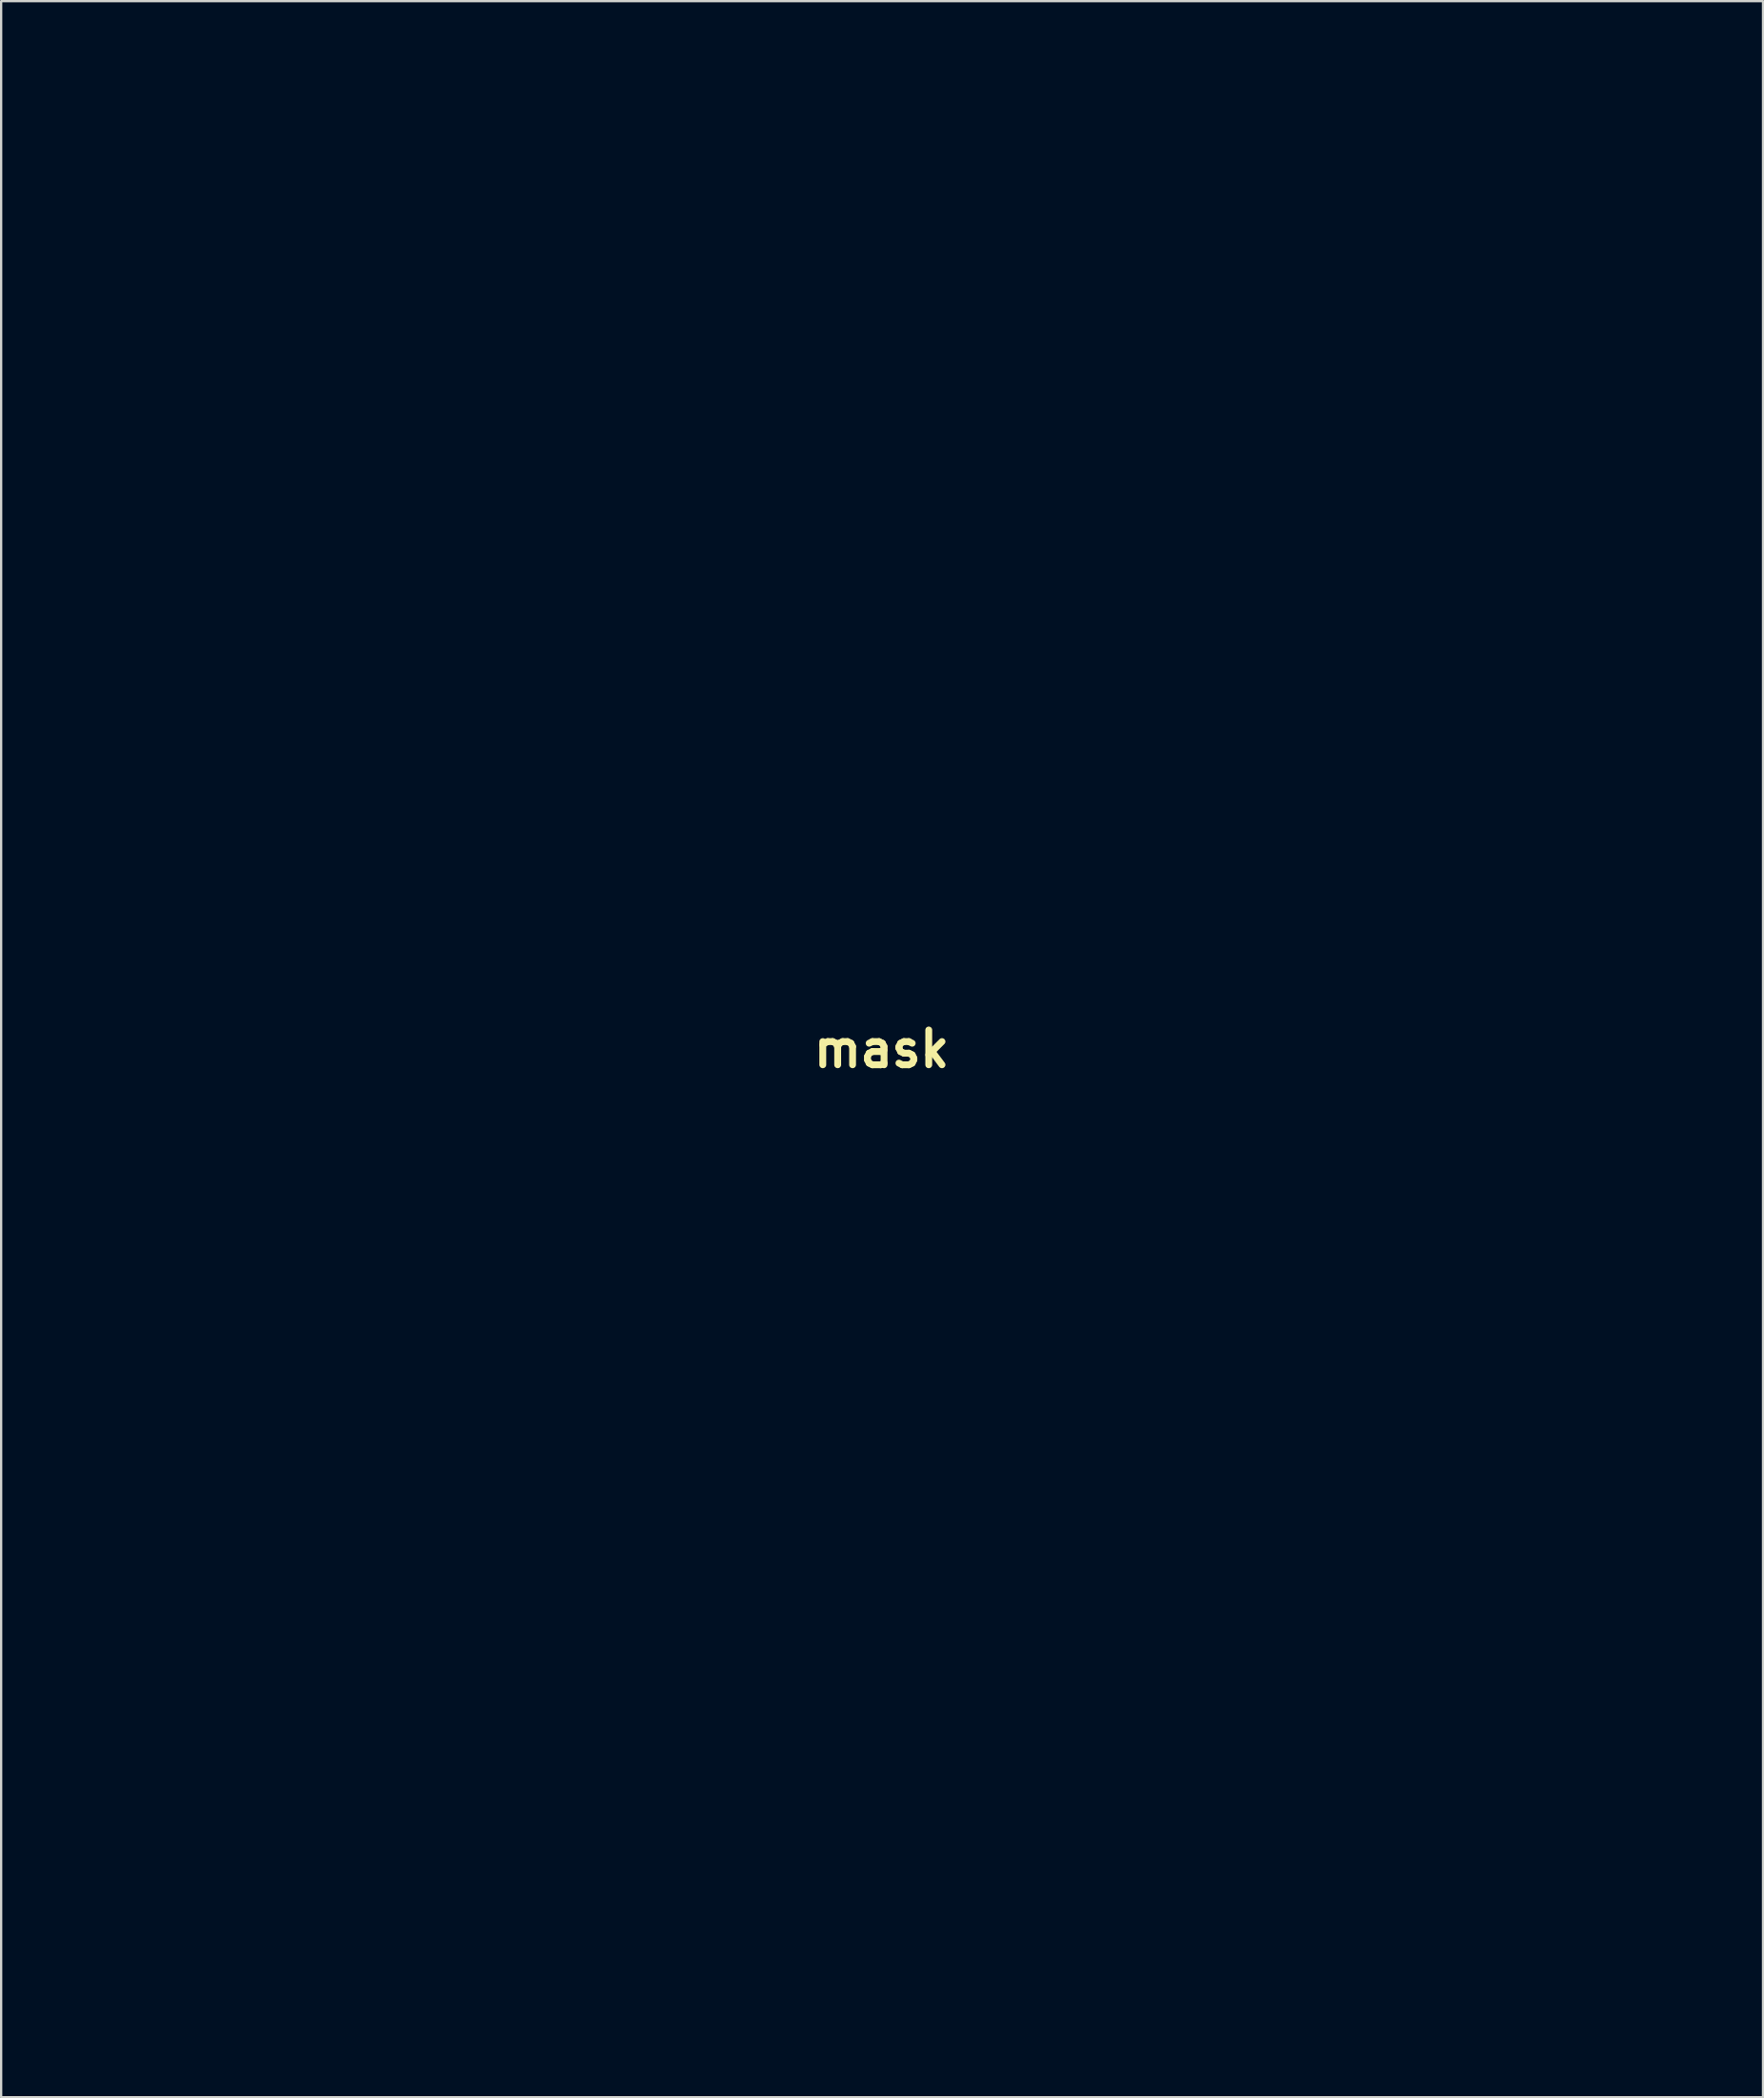
<source format=kicad_pcb>
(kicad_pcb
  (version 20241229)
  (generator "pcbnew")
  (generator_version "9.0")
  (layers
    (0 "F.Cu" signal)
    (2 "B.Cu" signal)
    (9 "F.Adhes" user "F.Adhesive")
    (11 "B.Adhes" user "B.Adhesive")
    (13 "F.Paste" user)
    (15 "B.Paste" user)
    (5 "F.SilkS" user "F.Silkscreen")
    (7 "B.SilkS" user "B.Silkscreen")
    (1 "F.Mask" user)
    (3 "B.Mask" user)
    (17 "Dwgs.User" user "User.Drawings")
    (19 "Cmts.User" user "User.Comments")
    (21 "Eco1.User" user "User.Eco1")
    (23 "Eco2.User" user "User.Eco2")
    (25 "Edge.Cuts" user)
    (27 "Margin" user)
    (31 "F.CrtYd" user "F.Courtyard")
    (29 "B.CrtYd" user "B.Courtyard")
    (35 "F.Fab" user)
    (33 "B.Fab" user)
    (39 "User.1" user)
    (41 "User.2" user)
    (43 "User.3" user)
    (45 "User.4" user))
  (footprint "mask"
    (layer "F.Cu")
    (at 35.602 42.916)
    (property "Reference" "mask" (at 0 0 0) (layer "F.SilkS") (effects (font (size 1.524 1.524) (thickness 0.3))))
    (attr board_only exclude_from_pos_files exclude_from_bom)
    (fp_poly (pts (xy 1.838 -42.912) (xy 2.057 -42.894) (xy 2.228 -42.855) (xy 2.392 -42.788) (xy 2.446 -42.761) (xy 2.827 -42.498) (xy 3.149 -42.136) (xy 3.358 -41.772) (xy 3.598 -41.107) (xy 3.734 -40.391) (xy 3.764 -39.618) (xy 3.689 -38.788) (xy 3.509 -37.896) (xy 3.223 -36.941) (xy 2.831 -35.918) (xy 2.732 -35.688) (xy 2.626 -35.438) (xy 2.547 -35.234) (xy 2.504 -35.103) (xy 2.5 -35.068) (xy 2.571 -35.045) (xy 2.739 -35.005) (xy 2.979 -34.954) (xy 3.202 -34.91) (xy 4.02 -34.719) (xy 4.722 -34.483) (xy 5.306 -34.204) (xy 5.772 -33.881) (xy 6.118 -33.515) (xy 6.202 -33.391) (xy 6.237 -33.334) (xy 6.266 -33.274) (xy 6.29 -33.201) (xy 6.309 -33.103) (xy 6.325 -32.967) (xy 6.337 -32.783) (xy 6.347 -32.537) (xy 6.356 -32.219) (xy 6.363 -31.817) (xy 6.37 -31.318) (xy 6.377 -30.711) (xy 6.382 -30.255) (xy 6.414 -27.355) (xy 6.829 -27.267) (xy 7.259 -27.168) (xy 7.77 -27.042) (xy 8.342 -26.892) (xy 8.951 -26.727) (xy 9.578 -26.551) (xy 10.2 -26.371) (xy 10.796 -26.193) (xy 11.345 -26.024) (xy 11.824 -25.869) (xy 12.213 -25.735) (xy 12.381 -25.672) (xy 12.713 -25.543) (xy 13.12 -25.385) (xy 13.556 -25.217) (xy 13.978 -25.055) (xy 14.104 -25.006) (xy 14.845 -24.706) (xy 15.667 -24.344) (xy 16.546 -23.931) (xy 17.459 -23.48) (xy 18.381 -23.001) (xy 19.288 -22.506) (xy 19.441 -22.42) (xy 20.251 -21.929) (xy 21.096 -21.351) (xy 21.945 -20.71) (xy 22.56 -20.206) (xy 23.168 -19.675) (xy 23.805 -19.092) (xy 24.457 -18.472) (xy 25.108 -17.832) (xy 25.744 -17.185) (xy 26.349 -16.547) (xy 26.91 -15.934) (xy 27.412 -15.361) (xy 27.839 -14.842) (xy 28.08 -14.526) (xy 28.433 -14.046) (xy 28.719 -13.654) (xy 28.95 -13.333) (xy 29.136 -13.069) (xy 29.288 -12.848) (xy 29.401 -12.677) (xy 29.53 -12.478) (xy 29.707 -12.207) (xy 29.907 -11.898) (xy 30.111 -11.585) (xy 30.126 -11.561) (xy 30.679 -10.685) (xy 31.151 -9.884) (xy 31.553 -9.138) (xy 31.893 -8.429) (xy 32.181 -7.74) (xy 32.395 -7.148) (xy 32.495 -6.879) (xy 32.635 -6.549) (xy 32.79 -6.211) (xy 32.877 -6.033) (xy 33.039 -5.692) (xy 33.212 -5.29) (xy 33.372 -4.887) (xy 33.454 -4.661) (xy 33.58 -4.295) (xy 33.728 -3.867) (xy 33.878 -3.432) (xy 33.995 -3.095) (xy 34.151 -2.613) (xy 34.306 -2.067) (xy 34.464 -1.447) (xy 34.626 -0.743) (xy 34.795 0.054) (xy 34.973 0.954) (xy 35.161 1.966) (xy 35.266 2.553) (xy 35.345 3) (xy 35.407 3.365) (xy 35.456 3.673) (xy 35.493 3.949) (xy 35.522 4.22) (xy 35.546 4.512) (xy 35.567 4.849) (xy 35.587 5.259) (xy 35.611 5.766) (xy 35.615 5.855) (xy 35.638 6.567) (xy 35.649 7.32) (xy 35.646 8.092) (xy 35.632 8.858) (xy 35.606 9.597) (xy 35.569 10.284) (xy 35.523 10.898) (xy 35.467 11.414) (xy 35.447 11.551) (xy 35.14 13.39) (xy 34.777 15.173) (xy 34.361 16.89) (xy 33.896 18.527) (xy 33.386 20.073) (xy 32.834 21.514) (xy 32.559 22.156) (xy 31.769 23.819) (xy 30.912 25.396) (xy 29.97 26.922) (xy 29.901 27.027) (xy 28.667 28.78) (xy 27.342 30.446) (xy 25.928 32.02) (xy 24.43 33.502) (xy 22.849 34.889) (xy 21.189 36.178) (xy 19.453 37.367) (xy 17.645 38.453) (xy 15.767 39.435) (xy 13.823 40.309) (xy 11.816 41.074) (xy 11.36 41.229) (xy 10.781 41.409) (xy 10.093 41.602) (xy 9.314 41.802) (xy 8.461 42.006) (xy 7.554 42.208) (xy 6.609 42.405) (xy 6.414 42.444) (xy 5.598 42.584) (xy 4.687 42.704) (xy 3.711 42.8) (xy 2.703 42.871) (xy 1.692 42.915) (xy 0.71 42.93) (xy -0.212 42.914) (xy -0.734 42.888) (xy -1.042 42.87) (xy -1.442 42.847) (xy -1.9 42.821) (xy -2.382 42.795) (xy -2.852 42.77) (xy -2.88 42.769) (xy -3.562 42.726) (xy -4.221 42.671) (xy -4.837 42.606) (xy -5.393 42.532) (xy -5.87 42.453) (xy -6.25 42.371) (xy -6.446 42.314) (xy -6.563 42.281) (xy -6.778 42.229) (xy -7.066 42.163) (xy -7.4 42.089) (xy -7.563 42.054) (xy -7.997 41.956) (xy -8.479 41.84) (xy -8.987 41.71) (xy -9.5 41.574) (xy -9.995 41.437) (xy -10.451 41.305) (xy -10.846 41.184) (xy -11.158 41.081) (xy -11.355 41.005) (xy -11.534 40.931) (xy -11.804 40.825) (xy -12.139 40.697) (xy -12.509 40.558) (xy -12.796 40.452) (xy -13.266 40.267) (xy -13.822 40.028) (xy -14.441 39.747) (xy -15.099 39.435) (xy -15.773 39.103) (xy -16.438 38.764) (xy -17.072 38.429) (xy -17.652 38.109) (xy -18.147 37.819) (xy -19.166 37.175) (xy -20.167 36.492) (xy -21.13 35.787) (xy -22.032 35.077) (xy -22.852 34.378) (xy -23.422 33.848) (xy -23.741 33.543) (xy -24.086 33.222) (xy -24.422 32.916) (xy -24.716 32.655) (xy -24.826 32.561) (xy -25.342 32.093) (xy -25.905 31.527) (xy -26.502 30.877) (xy -27.121 30.16) (xy -27.749 29.39) (xy -28.374 28.582) (xy -28.983 27.752) (xy -29.565 26.914) (xy -30.042 26.186) (xy -30.624 25.23) (xy -31.199 24.207) (xy -31.757 23.139) (xy -32.285 22.053) (xy -32.772 20.97) (xy -33.208 19.917) (xy -33.58 18.917) (xy -33.819 18.188) (xy -33.918 17.844) (xy -34.033 17.405) (xy -34.16 16.889) (xy -34.297 16.312) (xy -34.44 15.691) (xy -34.584 15.042) (xy -34.727 14.383) (xy -34.865 13.729) (xy -34.995 13.098) (xy -35.112 12.506) (xy -35.213 11.97) (xy -35.295 11.507) (xy -35.354 11.133) (xy -35.387 10.865) (xy -35.388 10.849) (xy -35.409 10.606) (xy -35.44 10.275) (xy -35.478 9.897) (xy -35.517 9.509) (xy -35.527 9.42) (xy -35.558 9.023) (xy -35.581 8.522) (xy -35.595 7.939) (xy -35.602 7.299) (xy -35.601 6.623) (xy -35.592 5.935) (xy -35.576 5.258) (xy -35.554 4.614) (xy -35.524 4.028) (xy -35.489 3.522) (xy -35.456 3.191) (xy -35.385 2.636) (xy -35.303 2.058) (xy -35.214 1.483) (xy -35.123 0.939) (xy -35.033 0.451) (xy -34.95 0.047) (xy -34.903 -0.151) (xy -34.841 -0.41) (xy -34.763 -0.752) (xy -34.679 -1.136) (xy -34.599 -1.521) (xy -34.586 -1.582) (xy -34.507 -1.945) (xy -34.419 -2.297) (xy -34.332 -2.601) (xy -34.256 -2.824) (xy -34.24 -2.862) (xy -34.138 -3.128) (xy -34.039 -3.439) (xy -33.982 -3.656) (xy -33.906 -3.943) (xy -33.81 -4.237) (xy -33.736 -4.424) (xy -33.632 -4.693) (xy -33.538 -4.988) (xy -33.507 -5.107) (xy -33.401 -5.479) (xy -33.242 -5.931) (xy -33.041 -6.437) (xy -32.812 -6.968) (xy -32.566 -7.497) (xy -32.316 -7.995) (xy -32.075 -8.434) (xy -31.903 -8.716) (xy -31.521 -9.348) (xy -31.232 -9.938) (xy -31.074 -10.349) (xy -31.003 -10.545) (xy -30.923 -10.738) (xy -30.824 -10.941) (xy -30.698 -11.169) (xy -30.537 -11.438) (xy -30.331 -11.762) (xy -30.073 -12.155) (xy -29.753 -12.633) (xy -29.622 -12.828) (xy -29.239 -13.387) (xy -28.882 -13.892) (xy -28.53 -14.373) (xy -28.158 -14.858) (xy -27.746 -15.377) (xy -27.272 -15.96) (xy -27.25 -15.987) (xy -27.005 -16.268) (xy -26.678 -16.62) (xy -26.283 -17.03) (xy -25.833 -17.484) (xy -25.341 -17.968) (xy -24.823 -18.469) (xy -24.291 -18.975) (xy -23.759 -19.471) (xy -23.24 -19.944) (xy -22.75 -20.381) (xy -22.557 -20.55) (xy -21.212 -21.637) (xy -19.766 -22.66) (xy -18.211 -23.622) (xy -17.965 -23.762) (xy -17.508 -24.021) (xy -17.134 -24.227) (xy -16.815 -24.394) (xy -16.526 -24.535) (xy -16.238 -24.661) (xy -15.925 -24.786) (xy -15.559 -24.922) (xy -15.125 -25.077) (xy -14.72 -25.221) (xy -14.309 -25.369) (xy -13.926 -25.507) (xy -13.605 -25.623) (xy -13.434 -25.686) (xy -13.095 -25.804) (xy -12.664 -25.939) (xy -12.134 -26.094) (xy -11.5 -26.269) (xy -10.757 -26.467) (xy -9.899 -26.689) (xy -9.094 -26.893) (xy -8.455 -27.05) (xy -7.907 -27.174) (xy -7.421 -27.274) (xy -6.966 -27.353) (xy -6.512 -27.418) (xy -6.286 -27.446) (xy -5.919 -27.491) (xy -5.599 -27.53) (xy -5.346 -27.563) (xy -5.181 -27.585) (xy -5.124 -27.596) (xy -5.116 -27.66) (xy -5.101 -27.833) (xy -5.08 -28.098) (xy -5.055 -28.435) (xy -5.027 -28.827) (xy -5.013 -29.041) (xy -4.953 -29.912) (xy -4.901 -30.665) (xy -4.856 -31.308) (xy -4.816 -31.849) (xy -4.782 -32.297) (xy -4.752 -32.66) (xy -4.727 -32.948) (xy -4.704 -33.168) (xy -4.684 -33.33) (xy -4.666 -33.441) (xy -4.649 -33.511) (xy -4.645 -33.523) (xy -4.528 -33.711) (xy -4.32 -33.927) (xy -4.048 -34.15) (xy -3.738 -34.356) (xy -3.485 -34.492) (xy -3.104 -34.644) (xy -2.642 -34.777) (xy -2.329 -34.846) (xy -2.02 -34.908) (xy -1.734 -34.97) (xy -1.51 -35.022) (xy -1.404 -35.05) (xy -1.236 -35.101) (xy -1.118 -35.134) (xy -1.109 -35.136) (xy -1.086 -35.203) (xy -1.112 -35.38) (xy -1.187 -35.672) (xy -1.191 -35.684) (xy -1.403 -36.587) (xy -1.511 -37.467) (xy -1.512 -37.981) (xy -0.574 -37.981) (xy -0.527 -37.038) (xy -0.387 -36.176) (xy -0.239 -35.639) (xy -0.162 -35.42) (xy -0.081 -35.271) (xy 0.03 -35.179) (xy 0.193 -35.132) (xy 0.435 -35.117) (xy 0.775 -35.121) (xy 1.03 -35.132) (xy 1.193 -35.154) (xy 1.298 -35.199) (xy 1.38 -35.276) (xy 1.393 -35.292) (xy 1.583 -35.561) (xy 1.789 -35.915) (xy 1.991 -36.318) (xy 2.171 -36.731) (xy 2.272 -37.005) (xy 2.43 -37.509) (xy 2.551 -37.994) (xy 2.643 -38.503) (xy 2.716 -39.077) (xy 2.746 -39.39) (xy 2.777 -39.987) (xy 2.75 -40.5) (xy 2.662 -40.961) (xy 2.506 -41.402) (xy 2.409 -41.61) (xy 2.205 -41.936) (xy 1.976 -42.138) (xy 1.72 -42.218) (xy 1.432 -42.176) (xy 1.107 -42.013) (xy 0.877 -41.843) (xy 0.426 -41.394) (xy 0.057 -40.849) (xy -0.229 -40.214) (xy -0.43 -39.492) (xy -0.545 -38.687) (xy -0.574 -37.981) (xy -1.512 -37.981) (xy -1.514 -38.307) (xy -1.411 -39.089) (xy -1.269 -39.642) (xy -1.072 -40.219) (xy -0.831 -40.793) (xy -0.561 -41.336) (xy -0.275 -41.82) (xy 0.014 -42.217) (xy 0.147 -42.365) (xy 0.406 -42.608) (xy 0.649 -42.769) (xy 0.916 -42.864) (xy 1.243 -42.908) (xy 1.532 -42.916)) (stroke (width 0) (type solid)) (fill yes) (layer "F.Mask")))
  (gr_rect
    (start -3 -3)
    (end 74.25 88.846)
    (stroke (width 0.1) (type default))
    (fill no)
    (layer "Edge.Cuts")))
</source>
